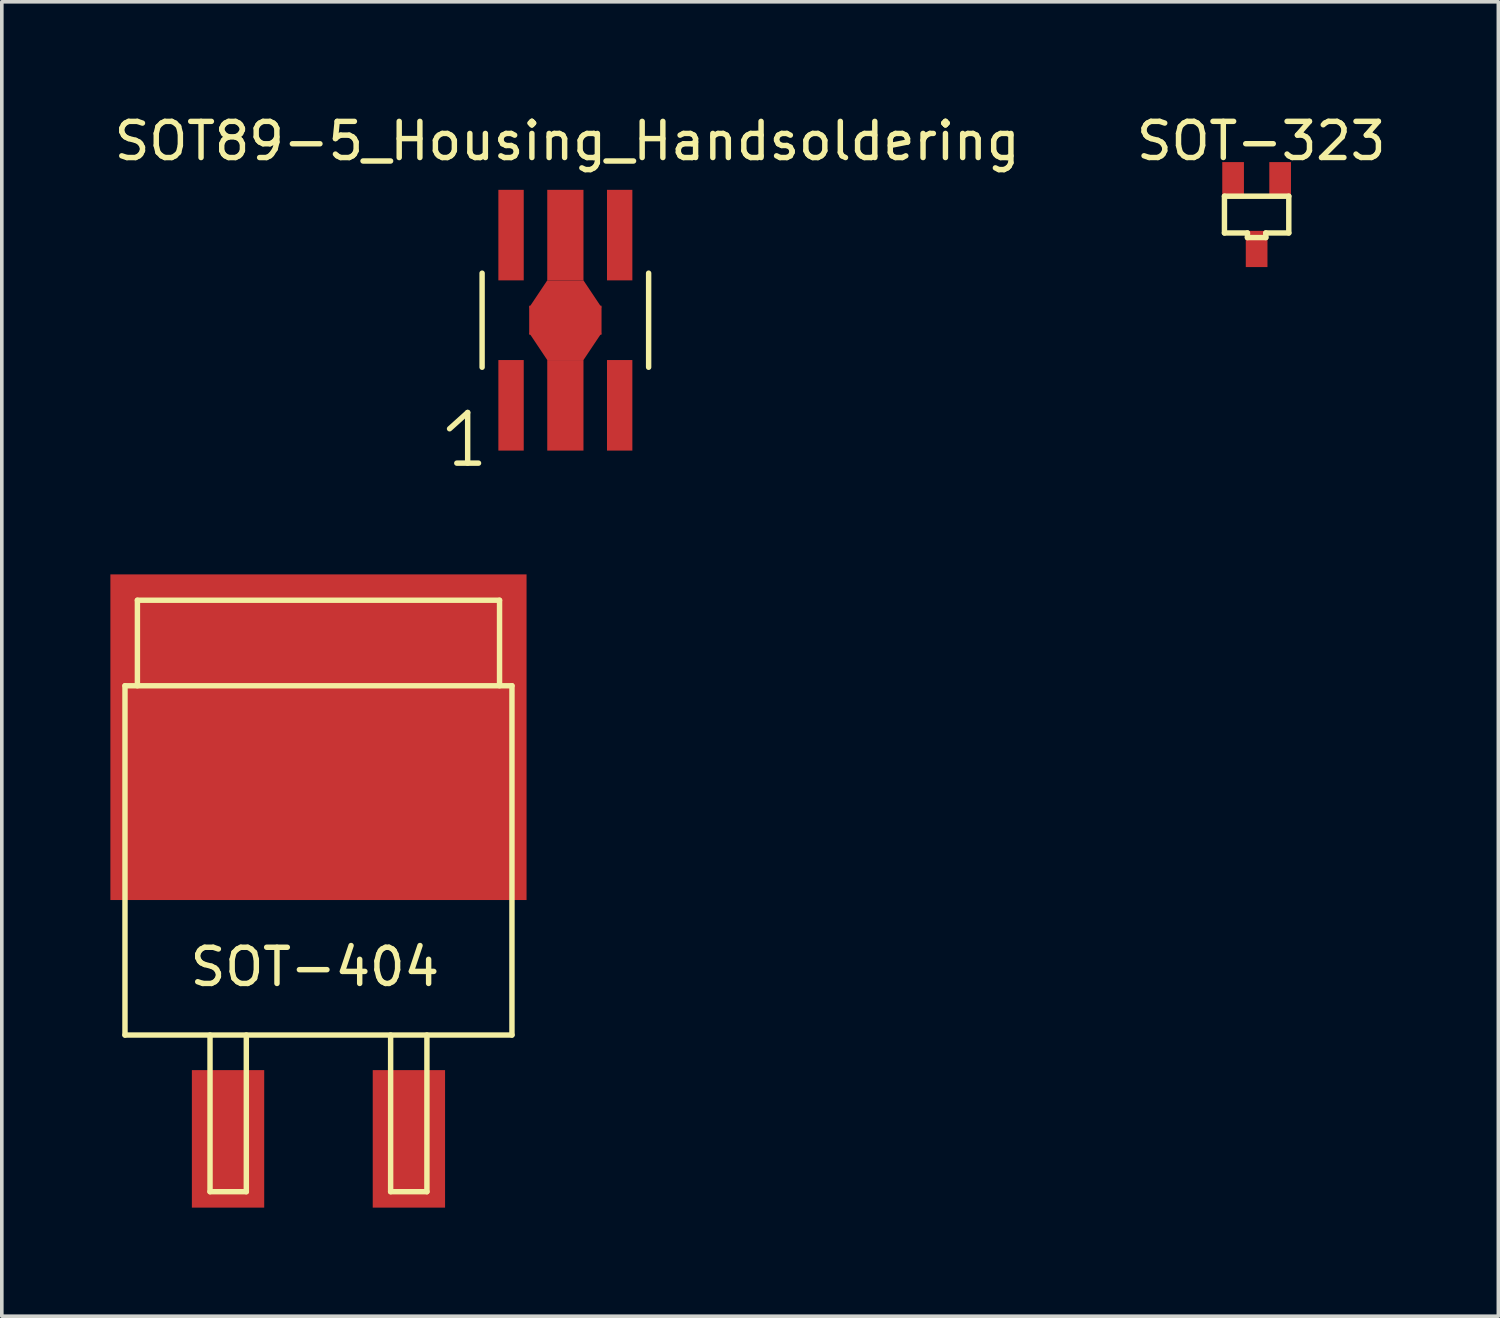
<source format=kicad_pcb>
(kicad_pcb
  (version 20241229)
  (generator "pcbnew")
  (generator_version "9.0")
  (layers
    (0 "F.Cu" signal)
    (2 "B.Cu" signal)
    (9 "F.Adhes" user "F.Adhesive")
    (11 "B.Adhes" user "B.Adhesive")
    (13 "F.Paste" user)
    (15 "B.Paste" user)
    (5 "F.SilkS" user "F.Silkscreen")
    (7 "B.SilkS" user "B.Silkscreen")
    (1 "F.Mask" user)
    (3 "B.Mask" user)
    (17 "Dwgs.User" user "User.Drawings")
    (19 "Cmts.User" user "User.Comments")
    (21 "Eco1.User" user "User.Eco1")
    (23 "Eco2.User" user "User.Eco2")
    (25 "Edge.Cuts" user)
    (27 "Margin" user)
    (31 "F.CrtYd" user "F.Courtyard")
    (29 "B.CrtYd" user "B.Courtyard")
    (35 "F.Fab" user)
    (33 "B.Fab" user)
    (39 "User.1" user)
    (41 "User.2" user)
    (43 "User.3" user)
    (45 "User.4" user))
  (footprint "SOT89-5_Housing_Handsoldering"
    (layer "F.Cu")
    (at 12.574 5.799)
    (property "Reference" "SOT89-5_Housing_Handsoldering" (at 0.051 -4.95 0) (layer "F.SilkS") (effects (font (size 1 1) (thickness 0.15))))
    (attr smd)
    (fp_line (start -3.2 3) (end -2.7 2.55) (stroke (width 0.15) (type solid)) (layer "F.SilkS"))
    (fp_line (start -3 3.95) (end -2.4 3.95) (stroke (width 0.15) (type solid)) (layer "F.SilkS"))
    (fp_line (start -2.7 2.55) (end -2.7 3.95) (stroke (width 0.15) (type solid)) (layer "F.SilkS"))
    (fp_line (start -2.301 1.3) (end -2.301 -1.3) (stroke (width 0.15) (type solid)) (layer "F.SilkS"))
    (fp_line (start 2.301 -1.3) (end 2.301 1.3) (stroke (width 0.15) (type solid)) (layer "F.SilkS"))
    (pad "1" smd rect (at -1.501 2.352) (size 0.701 2.502) (layers "F.Cu" "F.Mask" "F.Paste"))
    (pad "2" smd rect (at 0 -2.352) (size 1.001 2.502) (layers "F.Cu" "F.Mask" "F.Paste"))
    (pad "2" smd trapezoid (at 0 -0.726) (size 1.501 0.749) (rect_delta 0 0.5) (layers "F.Cu" "F.Mask" "F.Paste"))
    (pad "2" smd rect (at 0 0) (size 1.999 0.8) (layers "F.Cu" "F.Mask" "F.Paste"))
    (pad "2" smd trapezoid (at 0 0.726 180) (size 1.501 0.749) (rect_delta 0 0.5) (layers "F.Cu" "F.Mask" "F.Paste"))
    (pad "2" smd rect (at 0 2.352) (size 1.001 2.502) (layers "F.Cu" "F.Mask" "F.Paste"))
    (pad "3" smd rect (at 1.501 2.352) (size 0.701 2.502) (layers "F.Cu" "F.Mask" "F.Paste"))
    (pad "4" smd rect (at 1.501 -2.352) (size 0.701 2.502) (layers "F.Cu" "F.Mask" "F.Paste"))
    (pad "5" smd rect (at -1.501 -2.352) (size 0.701 2.502) (layers "F.Cu" "F.Mask" "F.Paste")))
  (footprint "SOT-323"
    (layer "F.Cu")
    (at 31.677 2.88)
    (property "Reference" "SOT-323" (at 0.127 -2.032 0) (layer "F.SilkS") (effects (font (size 1 1) (thickness 0.15))))
    (attr smd)
    (fp_line (start -0.889 -0.508) (end -0.889 0.508) (stroke (width 0.15) (type solid)) (layer "F.SilkS"))
    (fp_line (start -0.889 0.508) (end -0.254 0.508) (stroke (width 0.15) (type solid)) (layer "F.SilkS"))
    (fp_line (start -0.254 0.508) (end -0.254 0.635) (stroke (width 0.15) (type solid)) (layer "F.SilkS"))
    (fp_line (start -0.254 0.635) (end 0.254 0.635) (stroke (width 0.15) (type solid)) (layer "F.SilkS"))
    (fp_line (start 0.254 0.508) (end 0.889 0.508) (stroke (width 0.15) (type solid)) (layer "F.SilkS"))
    (fp_line (start 0.254 0.635) (end 0.254 0.508) (stroke (width 0.15) (type solid)) (layer "F.SilkS"))
    (fp_line (start 0.889 -0.508) (end -0.889 -0.508) (stroke (width 0.15) (type solid)) (layer "F.SilkS"))
    (fp_line (start 0.889 0.508) (end 0.889 -0.508) (stroke (width 0.15) (type solid)) (layer "F.SilkS"))
    (pad "1" smd rect (at 0.65 -0.95) (size 0.599 1.001) (layers "F.Cu" "F.Mask" "F.Paste"))
    (pad "2" smd rect (at -0.65 -0.95) (size 0.599 1.001) (layers "F.Cu" "F.Mask" "F.Paste"))
    (pad "3" smd rect (at 0 0.95) (size 0.599 1.001) (layers "F.Cu" "F.Mask" "F.Paste")))
  (footprint "SOT-404"
    (layer "F.Cu")
    (at 5.751 22.873)
    (property "Reference" "SOT-404" (at -0.099 0.8 0) (layer "F.SilkS") (effects (font (size 1 1) (thickness 0.15))))
    (attr smd)
    (fp_line (start -5.347 -6.972) (end 5.347 -6.972) (stroke (width 0.15) (type solid)) (layer "F.SilkS"))
    (fp_line (start -5.347 2.68) (end -5.347 -6.972) (stroke (width 0.15) (type solid)) (layer "F.SilkS"))
    (fp_line (start -5.004 -9.335) (end 5.004 -9.335) (stroke (width 0.15) (type solid)) (layer "F.SilkS"))
    (fp_line (start -5.004 -6.972) (end -5.004 -9.335) (stroke (width 0.15) (type solid)) (layer "F.SilkS"))
    (fp_line (start -2.997 2.68) (end -2.997 7.01) (stroke (width 0.15) (type solid)) (layer "F.SilkS"))
    (fp_line (start -2.997 7.01) (end -1.994 7.01) (stroke (width 0.15) (type solid)) (layer "F.SilkS"))
    (fp_line (start -1.994 7.01) (end -1.994 2.68) (stroke (width 0.15) (type solid)) (layer "F.SilkS"))
    (fp_line (start 1.994 2.68) (end 1.994 7.01) (stroke (width 0.15) (type solid)) (layer "F.SilkS"))
    (fp_line (start 1.994 7.01) (end 2.997 7.01) (stroke (width 0.15) (type solid)) (layer "F.SilkS"))
    (fp_line (start 2.997 7.01) (end 2.997 2.68) (stroke (width 0.15) (type solid)) (layer "F.SilkS"))
    (fp_line (start 5.004 -9.335) (end 5.004 -6.972) (stroke (width 0.15) (type solid)) (layer "F.SilkS"))
    (fp_line (start 5.347 -6.972) (end 5.347 2.68) (stroke (width 0.15) (type solid)) (layer "F.SilkS"))
    (fp_line (start 5.347 2.68) (end -5.347 2.68) (stroke (width 0.15) (type solid)) (layer "F.SilkS"))
    (pad "1" smd rect (at -2.499 5.55) (size 1.999 3.8) (layers "F.Cu" "F.Mask" "F.Paste"))
    (pad "2" smd rect (at 0 -5.55) (size 11.501 8.999) (layers "F.Cu" "F.Mask" "F.Paste"))
    (pad "3" smd rect (at 2.499 5.55) (size 1.999 3.8) (layers "F.Cu" "F.Mask" "F.Paste")))
  (gr_rect
    (start -3 -3)
    (end 38.357 33.323)
    (stroke (width 0.1) (type default))
    (fill no)
    (layer "Edge.Cuts")))
</source>
